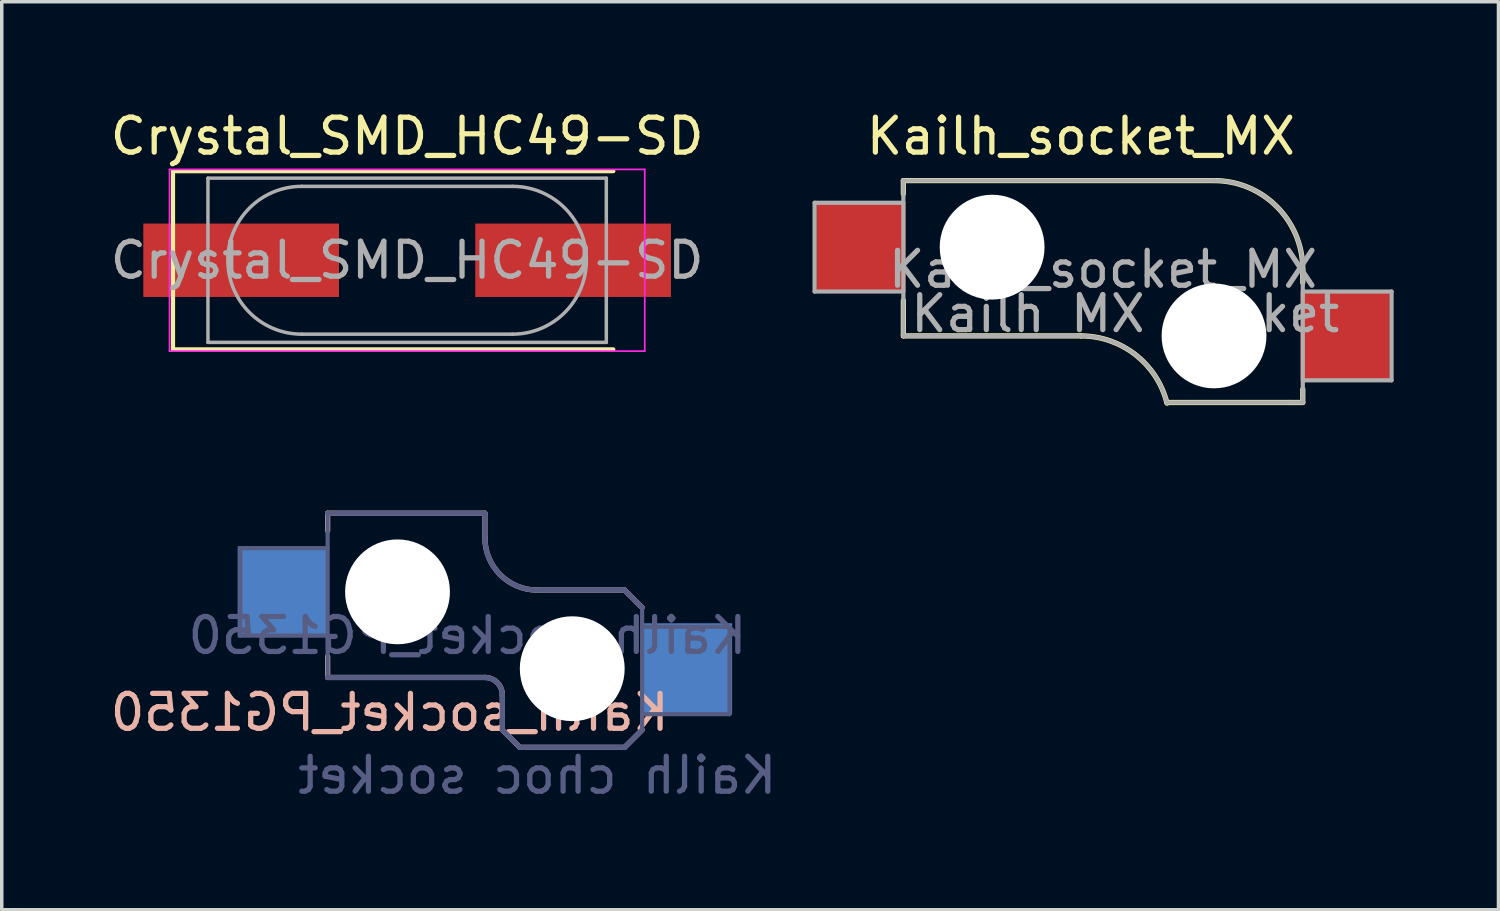
<source format=kicad_pcb>
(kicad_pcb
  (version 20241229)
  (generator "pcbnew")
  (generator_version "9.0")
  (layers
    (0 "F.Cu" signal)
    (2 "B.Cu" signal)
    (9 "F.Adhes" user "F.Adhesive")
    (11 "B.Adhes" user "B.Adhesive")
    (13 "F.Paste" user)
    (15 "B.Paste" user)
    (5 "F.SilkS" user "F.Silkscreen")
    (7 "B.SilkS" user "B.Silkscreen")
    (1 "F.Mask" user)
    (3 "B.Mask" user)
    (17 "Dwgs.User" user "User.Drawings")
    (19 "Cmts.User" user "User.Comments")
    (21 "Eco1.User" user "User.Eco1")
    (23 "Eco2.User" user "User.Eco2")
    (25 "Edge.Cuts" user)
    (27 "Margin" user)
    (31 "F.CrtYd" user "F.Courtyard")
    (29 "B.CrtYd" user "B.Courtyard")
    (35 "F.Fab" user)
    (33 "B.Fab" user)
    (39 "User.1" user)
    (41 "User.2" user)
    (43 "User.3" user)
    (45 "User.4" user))
  (footprint "Kailh_socket_MX"
    (layer "F.Cu")
    (at 28.517 5.293)
    (property "Reference" "Kailh_socket_MX" (at -0.635 -4.445 180) (layer "F.SilkS") (effects (font (size 1 1) (thickness 0.15))))
    (property "Value" "Kailh MX socket" (at 0 8.255 180) (layer "B.Fab") (hide yes) (effects (font (size 1 1) (thickness 0.15)) (justify mirror)))
    (attr smd)
    (fp_line (start -5.715 -3.175) (end -5.715 -2.794) (stroke (width 0.15) (type solid)) (layer "F.SilkS"))
    (fp_line (start -5.715 0.254) (end -5.715 1.27) (stroke (width 0.15) (type solid)) (layer "F.SilkS"))
    (fp_line (start -5.715 1.27) (end -0.635 1.27) (stroke (width 0.15) (type solid)) (layer "F.SilkS"))
    (fp_line (start 1.829 3.175) (end 5.334 3.175) (stroke (width 0.15) (type solid)) (layer "F.SilkS"))
    (fp_line (start 3.175 -3.175) (end -5.715 -3.175) (stroke (width 0.15) (type solid)) (layer "F.SilkS"))
    (fp_line (start 5.334 3.175) (end 5.715 3.175) (stroke (width 0.15) (type solid)) (layer "F.SilkS"))
    (fp_line (start 5.715 -0.635) (end 5.715 -0.254) (stroke (width 0.15) (type solid)) (layer "F.SilkS"))
    (fp_line (start 5.715 2.794) (end 5.715 3.175) (stroke (width 0.15) (type solid)) (layer "F.SilkS"))
    (fp_arc (start -0.635 1.27) (mid 0.928147 1.807958) (end 1.829162 3.19396) (stroke (width 0.15) (type solid)) (layer "F.SilkS"))
    (fp_arc (start 3.175 -3.175) (mid 4.971051 -2.431051) (end 5.715 -0.635) (stroke (width 0.15) (type solid)) (layer "F.SilkS"))
    (fp_line (start -8.255 -2.54) (end -8.255 0) (stroke (width 0.12) (type solid)) (layer "F.Fab"))
    (fp_line (start -8.255 0) (end -5.715 0) (stroke (width 0.12) (type solid)) (layer "F.Fab"))
    (fp_line (start -5.715 -3.175) (end -5.715 1.27) (stroke (width 0.12) (type solid)) (layer "F.Fab"))
    (fp_line (start -5.715 -2.54) (end -8.255 -2.54) (stroke (width 0.12) (type solid)) (layer "F.Fab"))
    (fp_line (start -5.715 1.27) (end -0.635 1.27) (stroke (width 0.12) (type solid)) (layer "F.Fab"))
    (fp_line (start 3.175 -3.175) (end -5.715 -3.175) (stroke (width 0.12) (type solid)) (layer "F.Fab"))
    (fp_line (start 5.715 2.54) (end 8.255 2.54) (stroke (width 0.12) (type solid)) (layer "F.Fab"))
    (fp_line (start 5.715 3.175) (end 1.905 3.175) (stroke (width 0.12) (type solid)) (layer "F.Fab"))
    (fp_line (start 5.715 3.175) (end 5.715 -0.635) (stroke (width 0.12) (type solid)) (layer "F.Fab"))
    (fp_line (start 8.255 0) (end 5.715 0) (stroke (width 0.12) (type solid)) (layer "F.Fab"))
    (fp_line (start 8.255 2.54) (end 8.255 0) (stroke (width 0.12) (type solid)) (layer "F.Fab"))
    (fp_arc (start -0.635 1.27) (mid 0.928147 1.807958) (end 1.829162 3.19396) (stroke (width 0.12) (type solid)) (layer "F.Fab"))
    (fp_arc (start 3.175 -3.175) (mid 4.971051 -2.431051) (end 5.715 -0.635) (stroke (width 0.12) (type solid)) (layer "F.Fab"))
    (fp_text user "${VALUE}" (at 0.635 0.635 180) (layer "F.Fab") (effects (font (size 1 1) (thickness 0.15))))
    (fp_text user "${REFERENCE}" (at 0 -0.635 180) (layer "F.Fab") (effects (font (size 1 1) (thickness 0.15))))
    (pad "" np_thru_hole circle (at -3.175 -1.27) (size 3 3) (drill 3) (layers "*.Cu" "*.Mask"))
    (pad "" np_thru_hole circle (at 3.175 1.27) (size 3 3) (drill 3) (layers "*.Cu" "*.Mask"))
    (pad "1" smd rect (at 6.925 1.27) (size 2.55 2.5) (layers "F.Cu" "F.Mask" "F.Paste"))
    (pad "2" smd rect (at -6.925 -1.27) (size 2.55 2.5) (layers "F.Cu" "F.Mask" "F.Paste")))
  (footprint "Kailh_socket_PG1350"
    (layer "F.Cu")
    (at 10.826 14.987)
    (property "Reference" "Kailh_socket_PG1350" (at -2.725 2.35 0) (layer "B.SilkS") (effects (font (size 1 1) (thickness 0.15)) (justify mirror)))
    (property "Value" "Kailh choc socket" (at 2.5 3.405 0) (layer "F.Fab") (hide yes) (effects (font (size 1 1) (thickness 0.15))))
    (attr smd)
    (fp_line (start -4.5 -3.35) (end -4.5 -2.85) (stroke (width 0.15) (type solid)) (layer "B.SilkS"))
    (fp_line (start -4.5 0.75) (end -4.5 1.35) (stroke (width 0.15) (type solid)) (layer "B.SilkS"))
    (fp_line (start -4.5 1.35) (end 0 1.35) (stroke (width 0.15) (type solid)) (layer "B.SilkS"))
    (fp_line (start 0 -3.35) (end -4.5 -3.35) (stroke (width 0.15) (type solid)) (layer "B.SilkS"))
    (fp_line (start 0 -2.65) (end 0 -3.35) (stroke (width 0.15) (type solid)) (layer "B.SilkS"))
    (fp_line (start 0.5 1.85) (end 0.5 2.85) (stroke (width 0.15) (type solid)) (layer "B.SilkS"))
    (fp_line (start 1 3.35) (end 0.5 2.85) (stroke (width 0.15) (type solid)) (layer "B.SilkS"))
    (fp_line (start 4 -1.15) (end 1.5 -1.15) (stroke (width 0.15) (type solid)) (layer "B.SilkS"))
    (fp_line (start 4 3.35) (end 1 3.35) (stroke (width 0.15) (type solid)) (layer "B.SilkS"))
    (fp_line (start 4.5 -0.65) (end 4 -1.15) (stroke (width 0.15) (type solid)) (layer "B.SilkS"))
    (fp_line (start 4.5 2.85) (end 4 3.35) (stroke (width 0.15) (type solid)) (layer "B.SilkS"))
    (fp_arc (start 0 1.35) (mid 0.353553 1.496447) (end 0.5 1.85) (stroke (width 0.15) (type solid)) (layer "B.SilkS"))
    (fp_arc (start 1.5 -1.15) (mid 0.43934 -1.58934) (end 0 -2.65) (stroke (width 0.15) (type solid)) (layer "B.SilkS"))
    (fp_line (start -7 -2.35) (end -4.5 -2.35) (stroke (width 0.12) (type solid)) (layer "B.Fab"))
    (fp_line (start -7 0.15) (end -7 -2.35) (stroke (width 0.12) (type solid)) (layer "B.Fab"))
    (fp_line (start -4.5 -3.35) (end -4.5 1.35) (stroke (width 0.12) (type solid)) (layer "B.Fab"))
    (fp_line (start -4.5 0.15) (end -7 0.15) (stroke (width 0.12) (type solid)) (layer "B.Fab"))
    (fp_line (start -4.5 1.35) (end 0 1.35) (stroke (width 0.15) (type solid)) (layer "B.Fab"))
    (fp_line (start 0 -3.35) (end -4.5 -3.35) (stroke (width 0.15) (type solid)) (layer "B.Fab"))
    (fp_line (start 0 -2.65) (end 0 -3.35) (stroke (width 0.15) (type solid)) (layer "B.Fab"))
    (fp_line (start 0.5 1.85) (end 0.5 2.85) (stroke (width 0.15) (type solid)) (layer "B.Fab"))
    (fp_line (start 1 3.35) (end 0.5 2.85) (stroke (width 0.15) (type solid)) (layer "B.Fab"))
    (fp_line (start 4 -1.15) (end 1.5 -1.15) (stroke (width 0.15) (type solid)) (layer "B.Fab"))
    (fp_line (start 4 3.35) (end 1 3.35) (stroke (width 0.15) (type solid)) (layer "B.Fab"))
    (fp_line (start 4.5 -0.65) (end 4 -1.15) (stroke (width 0.15) (type solid)) (layer "B.Fab"))
    (fp_line (start 4.5 -0.6) (end 4.5 2.85) (stroke (width 0.12) (type solid)) (layer "B.Fab"))
    (fp_line (start 4.5 -0.1) (end 7 -0.1) (stroke (width 0.12) (type solid)) (layer "B.Fab"))
    (fp_line (start 4.5 2.85) (end 4 3.35) (stroke (width 0.15) (type solid)) (layer "B.Fab"))
    (fp_line (start 7 -0.1) (end 7 2.4) (stroke (width 0.12) (type solid)) (layer "B.Fab"))
    (fp_line (start 7 2.4) (end 4.5 2.4) (stroke (width 0.12) (type solid)) (layer "B.Fab"))
    (fp_arc (start 0 1.35) (mid 0.353553 1.496447) (end 0.5 1.85) (stroke (width 0.15) (type solid)) (layer "B.Fab"))
    (fp_arc (start 1.5 -1.15) (mid 0.43934 -1.58934) (end 0 -2.65) (stroke (width 0.15) (type solid)) (layer "B.Fab"))
    (fp_text user "${REFERENCE}" (at -0.5 0.15 0) (layer "B.Fab") (effects (font (size 1 1) (thickness 0.15)) (justify mirror)))
    (fp_text user "${VALUE}" (at 1.5 4.15 0) (layer "B.Fab") (effects (font (size 1 1) (thickness 0.15)) (justify mirror)))
    (pad "" np_thru_hole circle (at -2.5 -1.1) (size 3 3) (drill 3) (layers "*.Cu" "*.Mask"))
    (pad "" np_thru_hole circle (at 2.5 1.1) (size 3 3) (drill 3) (layers "*.Cu" "*.Mask"))
    (pad "1" smd rect (at 5.775 1.1) (size 2.6 2.6) (layers "B.Cu" "B.Mask" "B.Paste"))
    (pad "2" smd rect (at -5.775 -1.1) (size 2.6 2.6) (layers "B.Cu" "B.Mask" "B.Paste")))
  (footprint "Crystal_SMD_HC49-SD"
    (layer "F.Cu")
    (at 8.601 4.398)
    (property "Reference" "Crystal_SMD_HC49-SD" (at 0 -3.55 0) (layer "F.SilkS") (effects (font (size 1 1) (thickness 0.15))))
    (attr smd)
    (fp_line (start -6.7 -2.55) (end -6.7 2.55) (stroke (width 0.12) (type solid)) (layer "F.SilkS"))
    (fp_line (start -6.7 2.55) (end 5.9 2.55) (stroke (width 0.12) (type solid)) (layer "F.SilkS"))
    (fp_line (start 5.9 -2.55) (end -6.7 -2.55) (stroke (width 0.12) (type solid)) (layer "F.SilkS"))
    (fp_line (start -6.8 -2.6) (end -6.8 2.6) (stroke (width 0.05) (type solid)) (layer "F.CrtYd"))
    (fp_line (start -6.8 2.6) (end 6.8 2.6) (stroke (width 0.05) (type solid)) (layer "F.CrtYd"))
    (fp_line (start 6.8 -2.6) (end -6.8 -2.6) (stroke (width 0.05) (type solid)) (layer "F.CrtYd"))
    (fp_line (start 6.8 2.6) (end 6.8 -2.6) (stroke (width 0.05) (type solid)) (layer "F.CrtYd"))
    (fp_line (start -5.7 -2.35) (end -5.7 2.35) (stroke (width 0.1) (type solid)) (layer "F.Fab"))
    (fp_line (start -5.7 2.35) (end 5.7 2.35) (stroke (width 0.1) (type solid)) (layer "F.Fab"))
    (fp_line (start -3.015 -2.115) (end 3.015 -2.115) (stroke (width 0.1) (type solid)) (layer "F.Fab"))
    (fp_line (start -3.015 2.115) (end 3.015 2.115) (stroke (width 0.1) (type solid)) (layer "F.Fab"))
    (fp_line (start 5.7 -2.35) (end -5.7 -2.35) (stroke (width 0.1) (type solid)) (layer "F.Fab"))
    (fp_line (start 5.7 2.35) (end 5.7 -2.35) (stroke (width 0.1) (type solid)) (layer "F.Fab"))
    (fp_arc (start -3.015 2.115) (mid -5.13 0) (end -3.015 -2.115) (stroke (width 0.1) (type solid)) (layer "F.Fab"))
    (fp_arc (start 3.015 -2.115) (mid 5.13 0) (end 3.015 2.115) (stroke (width 0.1) (type solid)) (layer "F.Fab"))
    (fp_text user "${REFERENCE}" (at 0 0 0) (layer "F.Fab") (effects (font (size 1 1) (thickness 0.15))))
    (pad "1" smd rect (at -4.75 0) (size 5.6 2.1) (layers "F.Cu" "F.Mask" "F.Paste"))
    (pad "2" smd rect (at 4.75 0) (size 5.6 2.1) (layers "F.Cu" "F.Mask" "F.Paste")))
  (gr_rect
    (start -3 -3)
    (end 39.832 22.985)
    (stroke (width 0.1) (type default))
    (fill no)
    (layer "Edge.Cuts")))
</source>
